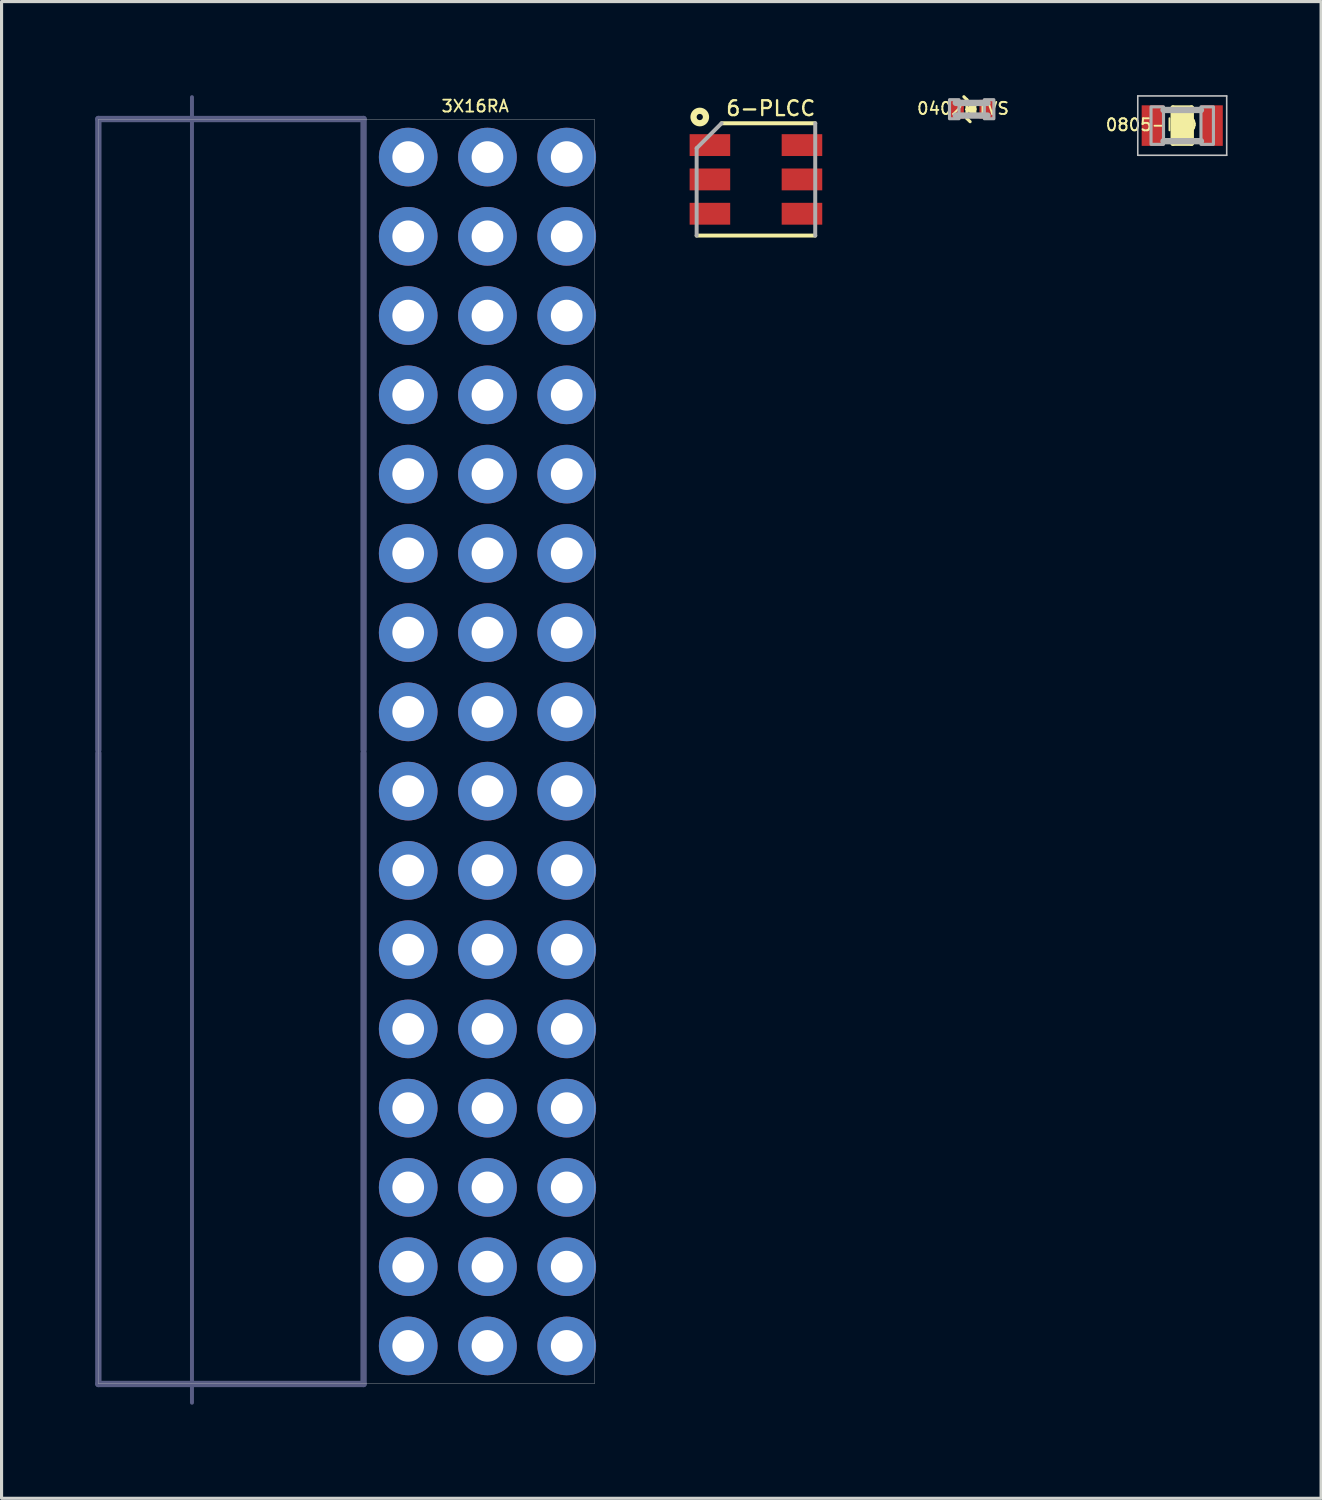
<source format=kicad_pcb>
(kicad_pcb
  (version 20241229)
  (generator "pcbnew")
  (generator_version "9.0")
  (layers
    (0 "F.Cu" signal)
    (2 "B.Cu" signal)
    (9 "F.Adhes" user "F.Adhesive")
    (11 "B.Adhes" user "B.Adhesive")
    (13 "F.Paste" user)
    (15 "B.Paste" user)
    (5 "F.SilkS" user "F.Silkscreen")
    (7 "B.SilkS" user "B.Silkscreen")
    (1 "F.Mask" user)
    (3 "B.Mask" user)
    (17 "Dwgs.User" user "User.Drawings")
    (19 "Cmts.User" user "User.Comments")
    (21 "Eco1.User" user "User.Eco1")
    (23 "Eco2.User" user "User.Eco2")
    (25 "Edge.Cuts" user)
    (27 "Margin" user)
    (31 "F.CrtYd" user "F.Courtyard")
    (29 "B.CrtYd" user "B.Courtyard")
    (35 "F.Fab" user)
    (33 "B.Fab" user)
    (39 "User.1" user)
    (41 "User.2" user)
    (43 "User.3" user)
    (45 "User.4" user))
  (footprint "3X16RA"
    (layer "F.Cu")
    (at 12.572 21.034)
    (property "Reference" "3X16RA" (at -1.51 -20.46 0) (layer "F.SilkS") (effects (font (size 0.38 0.38) (thickness 0.06)) (justify left bottom)))
    (attr through_hole)
    (fp_line (start -12.47 -20.26) (end 3.43 -20.26) (stroke (width 0.01) (type solid)) (layer "Dwgs.User"))
    (fp_line (start -12.47 0.06) (end -12.47 -20.26) (stroke (width 0.01) (type solid)) (layer "Dwgs.User"))
    (fp_line (start -12.47 20.26) (end -12.47 0.06) (stroke (width 0.01) (type solid)) (layer "Dwgs.User"))
    (fp_line (start 3.43 -20.26) (end 3.43 0.06) (stroke (width 0.01) (type solid)) (layer "Dwgs.User"))
    (fp_line (start 3.43 0.06) (end 3.43 20.26) (stroke (width 0.01) (type solid)) (layer "Dwgs.User"))
    (fp_line (start 3.43 20.26) (end -12.47 20.26) (stroke (width 0.01) (type solid)) (layer "Dwgs.User"))
    (fp_line (start -12.47 -20.27) (end -12.47 -0.05) (stroke (width 0.203) (type solid)) (layer "B.Fab"))
    (fp_line (start -12.47 0.05) (end -12.47 20.27) (stroke (width 0.203) (type solid)) (layer "B.Fab"))
    (fp_line (start -12.47 20.27) (end -3.97 20.27) (stroke (width 0.203) (type solid)) (layer "B.Fab"))
    (fp_line (start -9.47 -20.97) (end -9.47 0.55) (stroke (width 0.127) (type solid)) (layer "B.Fab"))
    (fp_line (start -9.47 -0.65) (end -9.47 20.87) (stroke (width 0.127) (type solid)) (layer "B.Fab"))
    (fp_line (start -3.97 -20.27) (end -12.47 -20.27) (stroke (width 0.203) (type solid)) (layer "B.Fab"))
    (fp_line (start -3.97 -0.05) (end -3.97 -20.27) (stroke (width 0.203) (type solid)) (layer "B.Fab"))
    (fp_line (start -3.97 20.27) (end -3.97 0.05) (stroke (width 0.203) (type solid)) (layer "B.Fab"))
    (fp_poly (pts (xy -2.794 -19.304) (xy -2.794 -18.796) (xy -2.286 -18.796) (xy -2.286 -19.304)) (stroke (width 0.1) (type solid)) (fill no) (layer "B.Fab"))
    (fp_poly (pts (xy -2.794 -16.764) (xy -2.794 -16.256) (xy -2.286 -16.256) (xy -2.286 -16.764)) (stroke (width 0.1) (type solid)) (fill no) (layer "B.Fab"))
    (fp_poly (pts (xy -2.794 -14.224) (xy -2.794 -13.716) (xy -2.286 -13.716) (xy -2.286 -14.224)) (stroke (width 0.1) (type solid)) (fill no) (layer "B.Fab"))
    (fp_poly (pts (xy -2.794 -11.684) (xy -2.794 -11.176) (xy -2.286 -11.176) (xy -2.286 -11.684)) (stroke (width 0.1) (type solid)) (fill no) (layer "B.Fab"))
    (fp_poly (pts (xy -2.794 -9.144) (xy -2.794 -8.636) (xy -2.286 -8.636) (xy -2.286 -9.144)) (stroke (width 0.1) (type solid)) (fill no) (layer "B.Fab"))
    (fp_poly (pts (xy -2.794 -6.604) (xy -2.794 -6.096) (xy -2.286 -6.096) (xy -2.286 -6.604)) (stroke (width 0.1) (type solid)) (fill no) (layer "B.Fab"))
    (fp_poly (pts (xy -2.794 -4.064) (xy -2.794 -3.556) (xy -2.286 -3.556) (xy -2.286 -4.064)) (stroke (width 0.1) (type solid)) (fill no) (layer "B.Fab"))
    (fp_poly (pts (xy -2.794 -1.524) (xy -2.794 -1.016) (xy -2.286 -1.016) (xy -2.286 -1.524)) (stroke (width 0.1) (type solid)) (fill no) (layer "B.Fab"))
    (fp_poly (pts (xy -2.794 1.016) (xy -2.794 1.524) (xy -2.286 1.524) (xy -2.286 1.016)) (stroke (width 0.1) (type solid)) (fill no) (layer "B.Fab"))
    (fp_poly (pts (xy -2.794 3.556) (xy -2.794 4.064) (xy -2.286 4.064) (xy -2.286 3.556)) (stroke (width 0.1) (type solid)) (fill no) (layer "B.Fab"))
    (fp_poly (pts (xy -2.794 6.096) (xy -2.794 6.604) (xy -2.286 6.604) (xy -2.286 6.096)) (stroke (width 0.1) (type solid)) (fill no) (layer "B.Fab"))
    (fp_poly (pts (xy -2.794 8.636) (xy -2.794 9.144) (xy -2.286 9.144) (xy -2.286 8.636)) (stroke (width 0.1) (type solid)) (fill no) (layer "B.Fab"))
    (fp_poly (pts (xy -2.794 11.176) (xy -2.794 11.684) (xy -2.286 11.684) (xy -2.286 11.176)) (stroke (width 0.1) (type solid)) (fill no) (layer "B.Fab"))
    (fp_poly (pts (xy -2.794 13.716) (xy -2.794 14.224) (xy -2.286 14.224) (xy -2.286 13.716)) (stroke (width 0.1) (type solid)) (fill no) (layer "B.Fab"))
    (fp_poly (pts (xy -2.794 16.256) (xy -2.794 16.764) (xy -2.286 16.764) (xy -2.286 16.256)) (stroke (width 0.1) (type solid)) (fill no) (layer "B.Fab"))
    (fp_poly (pts (xy -2.794 18.796) (xy -2.794 19.304) (xy -2.286 19.304) (xy -2.286 18.796)) (stroke (width 0.1) (type solid)) (fill no) (layer "B.Fab"))
    (fp_poly (pts (xy -0.254 -19.304) (xy -0.254 -18.796) (xy 0.254 -18.796) (xy 0.254 -19.304)) (stroke (width 0.1) (type solid)) (fill no) (layer "B.Fab"))
    (fp_poly (pts (xy -0.254 -16.764) (xy -0.254 -16.256) (xy 0.254 -16.256) (xy 0.254 -16.764)) (stroke (width 0.1) (type solid)) (fill no) (layer "B.Fab"))
    (fp_poly (pts (xy -0.254 -14.224) (xy -0.254 -13.716) (xy 0.254 -13.716) (xy 0.254 -14.224)) (stroke (width 0.1) (type solid)) (fill no) (layer "B.Fab"))
    (fp_poly (pts (xy -0.254 -11.684) (xy -0.254 -11.176) (xy 0.254 -11.176) (xy 0.254 -11.684)) (stroke (width 0.1) (type solid)) (fill no) (layer "B.Fab"))
    (fp_poly (pts (xy -0.254 -9.144) (xy -0.254 -8.636) (xy 0.254 -8.636) (xy 0.254 -9.144)) (stroke (width 0.1) (type solid)) (fill no) (layer "B.Fab"))
    (fp_poly (pts (xy -0.254 -6.604) (xy -0.254 -6.096) (xy 0.254 -6.096) (xy 0.254 -6.604)) (stroke (width 0.1) (type solid)) (fill no) (layer "B.Fab"))
    (fp_poly (pts (xy -0.254 -4.064) (xy -0.254 -3.556) (xy 0.254 -3.556) (xy 0.254 -4.064)) (stroke (width 0.1) (type solid)) (fill no) (layer "B.Fab"))
    (fp_poly (pts (xy -0.254 -1.524) (xy -0.254 -1.016) (xy 0.254 -1.016) (xy 0.254 -1.524)) (stroke (width 0.1) (type solid)) (fill no) (layer "B.Fab"))
    (fp_poly (pts (xy -0.254 1.016) (xy -0.254 1.524) (xy 0.254 1.524) (xy 0.254 1.016)) (stroke (width 0.1) (type solid)) (fill no) (layer "B.Fab"))
    (fp_poly (pts (xy -0.254 3.556) (xy -0.254 4.064) (xy 0.254 4.064) (xy 0.254 3.556)) (stroke (width 0.1) (type solid)) (fill no) (layer "B.Fab"))
    (fp_poly (pts (xy -0.254 6.096) (xy -0.254 6.604) (xy 0.254 6.604) (xy 0.254 6.096)) (stroke (width 0.1) (type solid)) (fill no) (layer "B.Fab"))
    (fp_poly (pts (xy -0.254 8.636) (xy -0.254 9.144) (xy 0.254 9.144) (xy 0.254 8.636)) (stroke (width 0.1) (type solid)) (fill no) (layer "B.Fab"))
    (fp_poly (pts (xy -0.254 11.176) (xy -0.254 11.684) (xy 0.254 11.684) (xy 0.254 11.176)) (stroke (width 0.1) (type solid)) (fill no) (layer "B.Fab"))
    (fp_poly (pts (xy -0.254 13.716) (xy -0.254 14.224) (xy 0.254 14.224) (xy 0.254 13.716)) (stroke (width 0.1) (type solid)) (fill no) (layer "B.Fab"))
    (fp_poly (pts (xy -0.254 16.256) (xy -0.254 16.764) (xy 0.254 16.764) (xy 0.254 16.256)) (stroke (width 0.1) (type solid)) (fill no) (layer "B.Fab"))
    (fp_poly (pts (xy -0.254 18.796) (xy -0.254 19.304) (xy 0.254 19.304) (xy 0.254 18.796)) (stroke (width 0.1) (type solid)) (fill no) (layer "B.Fab"))
    (fp_poly (pts (xy 2.286 -19.304) (xy 2.286 -18.796) (xy 2.794 -18.796) (xy 2.794 -19.304)) (stroke (width 0.1) (type solid)) (fill no) (layer "B.Fab"))
    (fp_poly (pts (xy 2.286 -16.764) (xy 2.286 -16.256) (xy 2.794 -16.256) (xy 2.794 -16.764)) (stroke (width 0.1) (type solid)) (fill no) (layer "B.Fab"))
    (fp_poly (pts (xy 2.286 -14.224) (xy 2.286 -13.716) (xy 2.794 -13.716) (xy 2.794 -14.224)) (stroke (width 0.1) (type solid)) (fill no) (layer "B.Fab"))
    (fp_poly (pts (xy 2.286 -11.684) (xy 2.286 -11.176) (xy 2.794 -11.176) (xy 2.794 -11.684)) (stroke (width 0.1) (type solid)) (fill no) (layer "B.Fab"))
    (fp_poly (pts (xy 2.286 -9.144) (xy 2.286 -8.636) (xy 2.794 -8.636) (xy 2.794 -9.144)) (stroke (width 0.1) (type solid)) (fill no) (layer "B.Fab"))
    (fp_poly (pts (xy 2.286 -6.604) (xy 2.286 -6.096) (xy 2.794 -6.096) (xy 2.794 -6.604)) (stroke (width 0.1) (type solid)) (fill no) (layer "B.Fab"))
    (fp_poly (pts (xy 2.286 -4.064) (xy 2.286 -3.556) (xy 2.794 -3.556) (xy 2.794 -4.064)) (stroke (width 0.1) (type solid)) (fill no) (layer "B.Fab"))
    (fp_poly (pts (xy 2.286 -1.524) (xy 2.286 -1.016) (xy 2.794 -1.016) (xy 2.794 -1.524)) (stroke (width 0.1) (type solid)) (fill no) (layer "B.Fab"))
    (fp_poly (pts (xy 2.286 1.016) (xy 2.286 1.524) (xy 2.794 1.524) (xy 2.794 1.016)) (stroke (width 0.1) (type solid)) (fill no) (layer "B.Fab"))
    (fp_poly (pts (xy 2.286 3.556) (xy 2.286 4.064) (xy 2.794 4.064) (xy 2.794 3.556)) (stroke (width 0.1) (type solid)) (fill no) (layer "B.Fab"))
    (fp_poly (pts (xy 2.286 6.096) (xy 2.286 6.604) (xy 2.794 6.604) (xy 2.794 6.096)) (stroke (width 0.1) (type solid)) (fill no) (layer "B.Fab"))
    (fp_poly (pts (xy 2.286 8.636) (xy 2.286 9.144) (xy 2.794 9.144) (xy 2.794 8.636)) (stroke (width 0.1) (type solid)) (fill no) (layer "B.Fab"))
    (fp_poly (pts (xy 2.286 11.176) (xy 2.286 11.684) (xy 2.794 11.684) (xy 2.794 11.176)) (stroke (width 0.1) (type solid)) (fill no) (layer "B.Fab"))
    (fp_poly (pts (xy 2.286 13.716) (xy 2.286 14.224) (xy 2.794 14.224) (xy 2.794 13.716)) (stroke (width 0.1) (type solid)) (fill no) (layer "B.Fab"))
    (fp_poly (pts (xy 2.286 16.256) (xy 2.286 16.764) (xy 2.794 16.764) (xy 2.794 16.256)) (stroke (width 0.1) (type solid)) (fill no) (layer "B.Fab"))
    (fp_poly (pts (xy 2.286 18.796) (xy 2.286 19.304) (xy 2.794 19.304) (xy 2.794 18.796)) (stroke (width 0.1) (type solid)) (fill no) (layer "B.Fab"))
    (pad "1" thru_hole circle (at 2.54 -19.05 270) (size 1.88 1.88) (drill 1.016) (layers "*.Cu" "*.Mask"))
    (pad "2" thru_hole circle (at 0 -19.05 270) (size 1.88 1.88) (drill 1.016) (layers "*.Cu" "*.Mask"))
    (pad "3" thru_hole circle (at -2.54 -19.05 270) (size 1.88 1.88) (drill 1.016) (layers "*.Cu" "*.Mask"))
    (pad "4" thru_hole circle (at 2.54 -16.51 270) (size 1.88 1.88) (drill 1.016) (layers "*.Cu" "*.Mask"))
    (pad "5" thru_hole circle (at 0 -16.51 270) (size 1.88 1.88) (drill 1.016) (layers "*.Cu" "*.Mask"))
    (pad "6" thru_hole circle (at -2.54 -16.51 270) (size 1.88 1.88) (drill 1.016) (layers "*.Cu" "*.Mask"))
    (pad "7" thru_hole circle (at 2.54 -13.97 270) (size 1.88 1.88) (drill 1.016) (layers "*.Cu" "*.Mask"))
    (pad "8" thru_hole circle (at 0 -13.97 270) (size 1.88 1.88) (drill 1.016) (layers "*.Cu" "*.Mask"))
    (pad "9" thru_hole circle (at -2.54 -13.97 270) (size 1.88 1.88) (drill 1.016) (layers "*.Cu" "*.Mask"))
    (pad "10" thru_hole circle (at 2.54 -11.43 270) (size 1.88 1.88) (drill 1.016) (layers "*.Cu" "*.Mask"))
    (pad "11" thru_hole circle (at 0 -11.43 270) (size 1.88 1.88) (drill 1.016) (layers "*.Cu" "*.Mask"))
    (pad "12" thru_hole circle (at -2.54 -11.43 270) (size 1.88 1.88) (drill 1.016) (layers "*.Cu" "*.Mask"))
    (pad "13" thru_hole circle (at 2.54 -8.89 270) (size 1.88 1.88) (drill 1.016) (layers "*.Cu" "*.Mask"))
    (pad "14" thru_hole circle (at 0 -8.89 270) (size 1.88 1.88) (drill 1.016) (layers "*.Cu" "*.Mask"))
    (pad "15" thru_hole circle (at -2.54 -8.89 270) (size 1.88 1.88) (drill 1.016) (layers "*.Cu" "*.Mask"))
    (pad "16" thru_hole circle (at 2.54 -6.35 270) (size 1.88 1.88) (drill 1.016) (layers "*.Cu" "*.Mask"))
    (pad "17" thru_hole circle (at 0 -6.35 270) (size 1.88 1.88) (drill 1.016) (layers "*.Cu" "*.Mask"))
    (pad "18" thru_hole circle (at -2.54 -6.35 270) (size 1.88 1.88) (drill 1.016) (layers "*.Cu" "*.Mask"))
    (pad "19" thru_hole circle (at 2.54 -3.81 270) (size 1.88 1.88) (drill 1.016) (layers "*.Cu" "*.Mask"))
    (pad "20" thru_hole circle (at 0 -3.81 270) (size 1.88 1.88) (drill 1.016) (layers "*.Cu" "*.Mask"))
    (pad "21" thru_hole circle (at -2.54 -3.81 270) (size 1.88 1.88) (drill 1.016) (layers "*.Cu" "*.Mask"))
    (pad "22" thru_hole circle (at 2.54 -1.27 270) (size 1.88 1.88) (drill 1.016) (layers "*.Cu" "*.Mask"))
    (pad "23" thru_hole circle (at 0 -1.27 270) (size 1.88 1.88) (drill 1.016) (layers "*.Cu" "*.Mask"))
    (pad "24" thru_hole circle (at -2.54 -1.27 270) (size 1.88 1.88) (drill 1.016) (layers "*.Cu" "*.Mask"))
    (pad "25" thru_hole circle (at 2.54 1.27 270) (size 1.88 1.88) (drill 1.016) (layers "*.Cu" "*.Mask"))
    (pad "26" thru_hole circle (at 0 1.27 270) (size 1.88 1.88) (drill 1.016) (layers "*.Cu" "*.Mask"))
    (pad "27" thru_hole circle (at -2.54 1.27 270) (size 1.88 1.88) (drill 1.016) (layers "*.Cu" "*.Mask"))
    (pad "28" thru_hole circle (at 2.54 3.81 270) (size 1.88 1.88) (drill 1.016) (layers "*.Cu" "*.Mask"))
    (pad "29" thru_hole circle (at 0 3.81 270) (size 1.88 1.88) (drill 1.016) (layers "*.Cu" "*.Mask"))
    (pad "30" thru_hole circle (at -2.54 3.81 270) (size 1.88 1.88) (drill 1.016) (layers "*.Cu" "*.Mask"))
    (pad "31" thru_hole circle (at 2.54 6.35 270) (size 1.88 1.88) (drill 1.016) (layers "*.Cu" "*.Mask"))
    (pad "32" thru_hole circle (at 0 6.35 270) (size 1.88 1.88) (drill 1.016) (layers "*.Cu" "*.Mask"))
    (pad "33" thru_hole circle (at -2.54 6.35 270) (size 1.88 1.88) (drill 1.016) (layers "*.Cu" "*.Mask"))
    (pad "34" thru_hole circle (at 2.54 8.89 270) (size 1.88 1.88) (drill 1.016) (layers "*.Cu" "*.Mask"))
    (pad "35" thru_hole circle (at 0 8.89 270) (size 1.88 1.88) (drill 1.016) (layers "*.Cu" "*.Mask"))
    (pad "36" thru_hole circle (at -2.54 8.89 270) (size 1.88 1.88) (drill 1.016) (layers "*.Cu" "*.Mask"))
    (pad "37" thru_hole circle (at 2.54 11.43 270) (size 1.88 1.88) (drill 1.016) (layers "*.Cu" "*.Mask"))
    (pad "38" thru_hole circle (at 0 11.43 270) (size 1.88 1.88) (drill 1.016) (layers "*.Cu" "*.Mask"))
    (pad "39" thru_hole circle (at -2.54 11.43 270) (size 1.88 1.88) (drill 1.016) (layers "*.Cu" "*.Mask"))
    (pad "40" thru_hole circle (at 2.54 13.97 270) (size 1.88 1.88) (drill 1.016) (layers "*.Cu" "*.Mask"))
    (pad "41" thru_hole circle (at 0 13.97 270) (size 1.88 1.88) (drill 1.016) (layers "*.Cu" "*.Mask"))
    (pad "42" thru_hole circle (at -2.54 13.97 270) (size 1.88 1.88) (drill 1.016) (layers "*.Cu" "*.Mask"))
    (pad "43" thru_hole circle (at 2.54 16.51 270) (size 1.88 1.88) (drill 1.016) (layers "*.Cu" "*.Mask"))
    (pad "44" thru_hole circle (at 0 16.51 270) (size 1.88 1.88) (drill 1.016) (layers "*.Cu" "*.Mask"))
    (pad "45" thru_hole circle (at -2.54 16.51 270) (size 1.88 1.88) (drill 1.016) (layers "*.Cu" "*.Mask"))
    (pad "46" thru_hole circle (at 2.54 19.05 270) (size 1.88 1.88) (drill 1.016) (layers "*.Cu" "*.Mask"))
    (pad "47" thru_hole circle (at 0 19.05 270) (size 1.88 1.88) (drill 1.016) (layers "*.Cu" "*.Mask"))
    (pad "48" thru_hole circle (at -2.54 19.05 270) (size 1.88 1.88) (drill 1.016) (layers "*.Cu" "*.Mask")))
  (footprint "6-PLCC"
    (layer "F.Cu")
    (at 21.176 2.7)
    (property "Reference" "6-PLCC" (at -1 -2 0) (layer "F.SilkS") (effects (font (size 0.475 0.475) (thickness 0.075)) (justify left bottom)))
    (attr through_hole)
    (fp_line (start -1.1 -1.8) (end 1.9 -1.8) (stroke (width 0.127) (type solid)) (layer "F.SilkS"))
    (fp_line (start 1.9 1.8) (end -1.9 1.8) (stroke (width 0.127) (type solid)) (layer "F.SilkS"))
    (fp_circle (center -1.8 -2) (end -1.6 -2) (stroke (width 0.2) (type solid)) (fill no) (layer "F.SilkS"))
    (fp_line (start -1.9 -1) (end -1.1 -1.8) (stroke (width 0.127) (type solid)) (layer "F.Fab"))
    (fp_line (start -1.9 1.8) (end -1.9 -1) (stroke (width 0.127) (type solid)) (layer "F.Fab"))
    (fp_line (start 1.9 -1.8) (end 1.9 1.8) (stroke (width 0.127) (type solid)) (layer "F.Fab"))
    (pad "A1" smd rect (at 1.475 -1.1) (size 1.3 0.7) (layers "F.Cu" "F.Mask" "F.Paste"))
    (pad "A2" smd rect (at 1.475 0) (size 1.3 0.7) (layers "F.Cu" "F.Mask" "F.Paste"))
    (pad "A3" smd rect (at 1.475 1.1) (size 1.3 0.7) (layers "F.Cu" "F.Mask" "F.Paste"))
    (pad "C1" smd rect (at -1.475 -1.1) (size 1.3 0.7) (layers "F.Cu" "F.Mask" "F.Paste"))
    (pad "C2" smd rect (at -1.475 0) (size 1.3 0.7) (layers "F.Cu" "F.Mask" "F.Paste"))
    (pad "C3" smd rect (at -1.475 1.1) (size 1.3 0.7) (layers "F.Cu" "F.Mask" "F.Paste")))
  (footprint "0805-IND"
    (layer "F.Cu")
    (at 34.838 0.975)
    (property "Reference" "0805-IND" (at -2.489 0.202 0) (layer "F.SilkS") (effects (font (size 0.386 0.386) (thickness 0.061)) (justify left bottom)))
    (attr through_hole)
    (fp_line (start -0.299 -0.574) (end 0.299 -0.574) (stroke (width 0.152) (type solid)) (layer "F.SilkS"))
    (fp_line (start -0.299 0.574) (end -0.299 -0.574) (stroke (width 0.152) (type solid)) (layer "F.SilkS"))
    (fp_line (start 0.299 -0.574) (end 0.299 0.574) (stroke (width 0.152) (type solid)) (layer "F.SilkS"))
    (fp_line (start 0.299 0.574) (end -0.299 0.574) (stroke (width 0.152) (type solid)) (layer "F.SilkS"))
    (fp_poly (pts (xy -0.299 0.574) (xy 0.299 0.574) (xy 0.299 -0.574) (xy -0.299 -0.574)) (stroke (width 0) (type solid)) (fill yes) (layer "F.SilkS"))
    (fp_line (start -1.425 -0.95) (end 1.425 -0.95) (stroke (width 0.051) (type solid)) (layer "Dwgs.User"))
    (fp_line (start -1.425 0.95) (end -1.425 -0.95) (stroke (width 0.051) (type solid)) (layer "Dwgs.User"))
    (fp_line (start 1.425 -0.95) (end 1.425 0.95) (stroke (width 0.051) (type solid)) (layer "Dwgs.User"))
    (fp_line (start 1.425 0.95) (end -1.425 0.95) (stroke (width 0.051) (type solid)) (layer "Dwgs.User"))
    (fp_line (start -0.6 -0.5) (end 0.6 -0.5) (stroke (width 0.203) (type solid)) (layer "F.Fab"))
    (fp_line (start -0.6 0.5) (end 0.6 0.5) (stroke (width 0.203) (type solid)) (layer "F.Fab"))
    (fp_poly (pts (xy -1 0.601) (xy -0.6 0.601) (xy -0.6 -0.601) (xy -1 -0.601)) (stroke (width 0.1) (type solid)) (fill no) (layer "F.Fab"))
    (fp_poly (pts (xy 0.6 0.601) (xy 1 0.601) (xy 1 -0.601) (xy 0.6 -0.601)) (stroke (width 0.1) (type solid)) (fill no) (layer "F.Fab"))
    (pad "P$1" smd rect (at -0.95 0) (size 0.7 1.3) (layers "F.Cu" "F.Mask" "F.Paste"))
    (pad "P$2" smd rect (at 0.95 0) (size 0.7 1.3) (layers "F.Cu" "F.Mask" "F.Paste")))
  (footprint "0402-TVS"
    (layer "F.Cu")
    (at 28.09 0.45)
    (property "Reference" "0402-TVS" (at -1.789 0.202 0) (layer "F.SilkS") (effects (font (size 0.386 0.386) (thickness 0.061)) (justify left bottom)))
    (attr through_hole)
    (fp_line (start -0.15 -0.3) (end -0.25 -0.4) (stroke (width 0.1) (type solid)) (layer "F.SilkS"))
    (fp_line (start -0.15 0.3) (end -0.15 -0.3) (stroke (width 0.1) (type solid)) (layer "F.SilkS"))
    (fp_line (start -0.076 0) (end 0.076 -0.152) (stroke (width 0.152) (type solid)) (layer "F.SilkS"))
    (fp_line (start -0.076 0) (end 0.076 0) (stroke (width 0.152) (type solid)) (layer "F.SilkS"))
    (fp_line (start -0.076 0) (end 0.076 0.152) (stroke (width 0.152) (type solid)) (layer "F.SilkS"))
    (fp_line (start -0.05 0.4) (end -0.15 0.3) (stroke (width 0.1) (type solid)) (layer "F.SilkS"))
    (fp_line (start 0.076 0) (end 0.076 -0.152) (stroke (width 0.152) (type solid)) (layer "F.SilkS"))
    (fp_line (start 0.076 0.152) (end 0.076 0) (stroke (width 0.152) (type solid)) (layer "F.SilkS"))
    (fp_line (start -0.508 -0.203) (end 0.508 -0.203) (stroke (width 0.203) (type solid)) (layer "F.Fab"))
    (fp_line (start -0.508 0.203) (end 0.508 0.203) (stroke (width 0.203) (type solid)) (layer "F.Fab"))
    (fp_poly (pts (xy -0.711 0.305) (xy -0.406 0.305) (xy -0.406 -0.305) (xy -0.711 -0.305)) (stroke (width 0.1) (type solid)) (fill no) (layer "F.Fab"))
    (fp_poly (pts (xy 0.406 0.305) (xy 0.711 0.305) (xy 0.711 -0.305) (xy 0.406 -0.305)) (stroke (width 0.1) (type solid)) (fill no) (layer "F.Fab"))
    (pad "A" smd rect (at 0.5 0) (size 0.5 0.6) (layers "F.Cu" "F.Mask" "F.Paste"))
    (pad "C" smd rect (at -0.5 0) (size 0.5 0.6) (layers "F.Cu" "F.Mask" "F.Paste")))
  (gr_rect
    (start -3 -3)
    (end 39.288 44.967)
    (stroke (width 0.1) (type default))
    (fill no)
    (layer "Edge.Cuts")))
</source>
